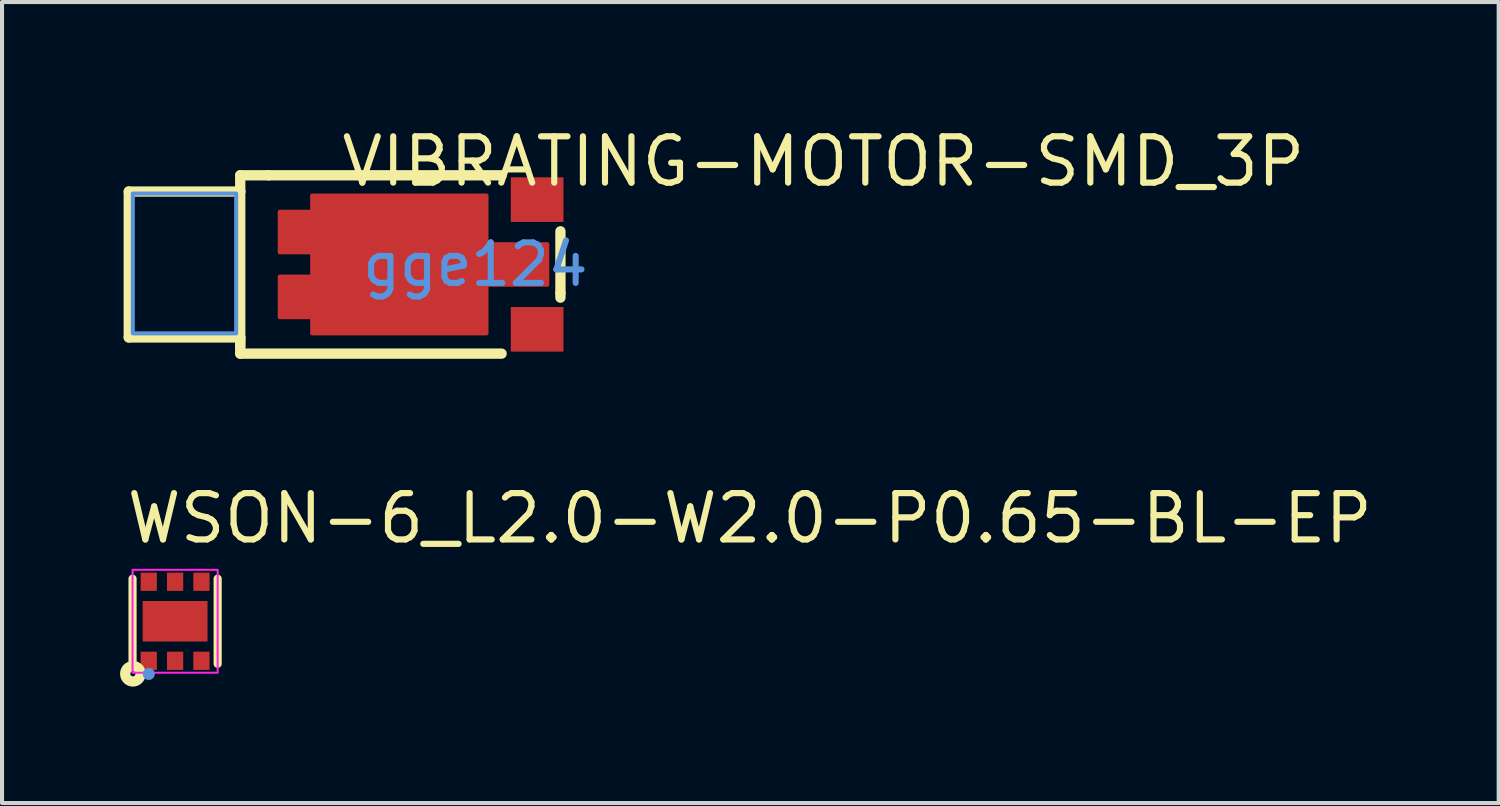
<source format=kicad_pcb>
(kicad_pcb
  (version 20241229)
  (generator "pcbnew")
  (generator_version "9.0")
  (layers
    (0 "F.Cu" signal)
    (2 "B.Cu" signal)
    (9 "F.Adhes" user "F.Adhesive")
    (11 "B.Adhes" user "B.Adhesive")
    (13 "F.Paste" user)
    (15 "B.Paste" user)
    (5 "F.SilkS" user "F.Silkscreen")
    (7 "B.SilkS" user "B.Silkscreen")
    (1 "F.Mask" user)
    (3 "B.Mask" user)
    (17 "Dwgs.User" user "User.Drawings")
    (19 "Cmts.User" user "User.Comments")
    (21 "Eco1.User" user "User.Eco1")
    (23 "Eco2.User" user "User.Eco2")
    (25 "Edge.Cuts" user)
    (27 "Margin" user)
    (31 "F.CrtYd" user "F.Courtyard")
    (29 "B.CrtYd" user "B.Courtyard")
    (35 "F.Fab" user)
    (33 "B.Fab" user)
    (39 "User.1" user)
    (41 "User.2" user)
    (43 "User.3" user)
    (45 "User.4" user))
  (footprint "VIBRATING-MOTOR-SMD_3P"
    (layer "F.Cu")
    (at 8.677 3.475)
    (property "Reference" "VIBRATING-MOTOR-SMD_3P" (at -3.378 -2.54 0) (layer "F.SilkS") (effects (font (size 1.143 1.143) (thickness 0.152)) (justify left)))
    (attr smd)
    (fp_poly (pts (xy -4.025 -1.7) (xy 0.275 -1.7) (xy 0.275 -0.5) (xy 1.775 -0.5) (xy 1.775 0.5) (xy 0.275 0.5) (xy 0.275 1.7) (xy -4.025 1.7) (xy -4.025 1.3) (xy -4.825 1.3) (xy -4.825 0.3) (xy -4.025 0.3) (xy -4.025 -0.3) (xy -4.825 -0.3) (xy -4.825 -1.3) (xy -4.025 -1.3)) (stroke (width 0.1) (type solid)) (fill yes) (layer "F.Cu"))
    (fp_line (start -8.55 -1.8) (end -8.55 1.8) (stroke (width 0.254) (type solid)) (layer "F.SilkS"))
    (fp_line (start -8.55 1.8) (end -5.8 1.8) (stroke (width 0.254) (type solid)) (layer "F.SilkS"))
    (fp_line (start -5.8 -2.2) (end -5.8 -1.8) (stroke (width 0.254) (type solid)) (layer "F.SilkS"))
    (fp_line (start -5.8 -1.8) (end -8.55 -1.8) (stroke (width 0.254) (type solid)) (layer "F.SilkS"))
    (fp_line (start -5.8 -1.8) (end -5.8 2.016) (stroke (width 0.254) (type solid)) (layer "F.SilkS"))
    (fp_line (start -5.8 1.8) (end -5.8 2.2) (stroke (width 0.254) (type solid)) (layer "F.SilkS"))
    (fp_line (start -5.8 2.2) (end 0.649 2.2) (stroke (width 0.254) (type solid)) (layer "F.SilkS"))
    (fp_line (start -5.1 -2.2) (end -5.8 -2.2) (stroke (width 0.254) (type solid)) (layer "F.SilkS"))
    (fp_line (start -5.1 -2.2) (end 0.649 -2.2) (stroke (width 0.254) (type solid)) (layer "F.SilkS"))
    (fp_line (start 2.1 0.7) (end 2.1 -0.819) (stroke (width 0.254) (type solid)) (layer "F.SilkS"))
    (fp_line (start 2.1 0.7) (end 2.1 0.819) (stroke (width 0.254) (type solid)) (layer "F.SilkS"))
    (fp_poly (pts (xy -5.9 -1.75) (xy -8.45 -1.75) (xy -8.45 1.7) (xy -5.9 1.7)) (stroke (width 0.1) (type solid)) (fill no) (layer "Cmts.User"))
    (fp_text user "gge124" (at 0 0 0) (layer "Cmts.User") (effects (font (size 1 1) (thickness 0.15))))
    (pad "1" smd rect (at 1.525 -1.6) (size 1.3 1.1) (layers "F.Cu" "F.Mask" "F.Paste"))
    (pad "2" smd rect (at 1.525 1.6) (size 1.3 1.1) (layers "F.Cu" "F.Mask" "F.Paste")))
  (footprint "WSON-6_L2.0-W2.0-P0.65-BL-EP"
    (layer "F.Cu")
    (at 1.27 12.278)
    (property "Reference" "WSON-6_L2.0-W2.0-P0.65-BL-EP" (at -1.27 -2.54 0) (layer "F.SilkS") (effects (font (size 1.143 1.143) (thickness 0.152)) (justify left)))
    (attr smd)
    (fp_line (start -1.05 1.049) (end -1.05 -1.05) (stroke (width 0.201) (type solid)) (layer "F.SilkS"))
    (fp_line (start 1.05 1.049) (end 1.05 -1.05) (stroke (width 0.201) (type solid)) (layer "F.SilkS"))
    (fp_circle (center -1.041 1.295) (end -0.978 1.295) (stroke (width 0.254) (type solid)) (fill no) (layer "F.SilkS"))
    (fp_circle (center -0.65 1.3) (end -0.575 1.3) (stroke (width 0.15) (type solid)) (fill no) (layer "Cmts.User"))
    (fp_rect (start -1.05 -1.27) (end 1.05 1.27) (stroke (width 0.05) (type default)) (fill no) (layer "F.CrtYd"))
    (pad "1" smd rect (at -0.65 0.975) (size 0.4 0.45) (layers "F.Cu" "F.Mask" "F.Paste"))
    (pad "2" smd rect (at 0 0.975) (size 0.4 0.45) (layers "F.Cu" "F.Mask" "F.Paste"))
    (pad "3" smd rect (at 0.65 0.975) (size 0.4 0.45) (layers "F.Cu" "F.Mask" "F.Paste"))
    (pad "4" smd rect (at 0.65 -0.975) (size 0.4 0.45) (layers "F.Cu" "F.Mask" "F.Paste"))
    (pad "5" smd rect (at 0 -0.975) (size 0.4 0.45) (layers "F.Cu" "F.Mask" "F.Paste"))
    (pad "6" smd rect (at -0.65 -0.975) (size 0.4 0.45) (layers "F.Cu" "F.Mask" "F.Paste"))
    (pad "7" smd rect (at 0 0 90) (size 1 1.6) (layers "F.Cu" "F.Mask" "F.Paste")))
  (gr_rect
    (start -3 -3)
    (end 33.925 16.763)
    (stroke (width 0.1) (type default))
    (fill no)
    (layer "Edge.Cuts")))
</source>
